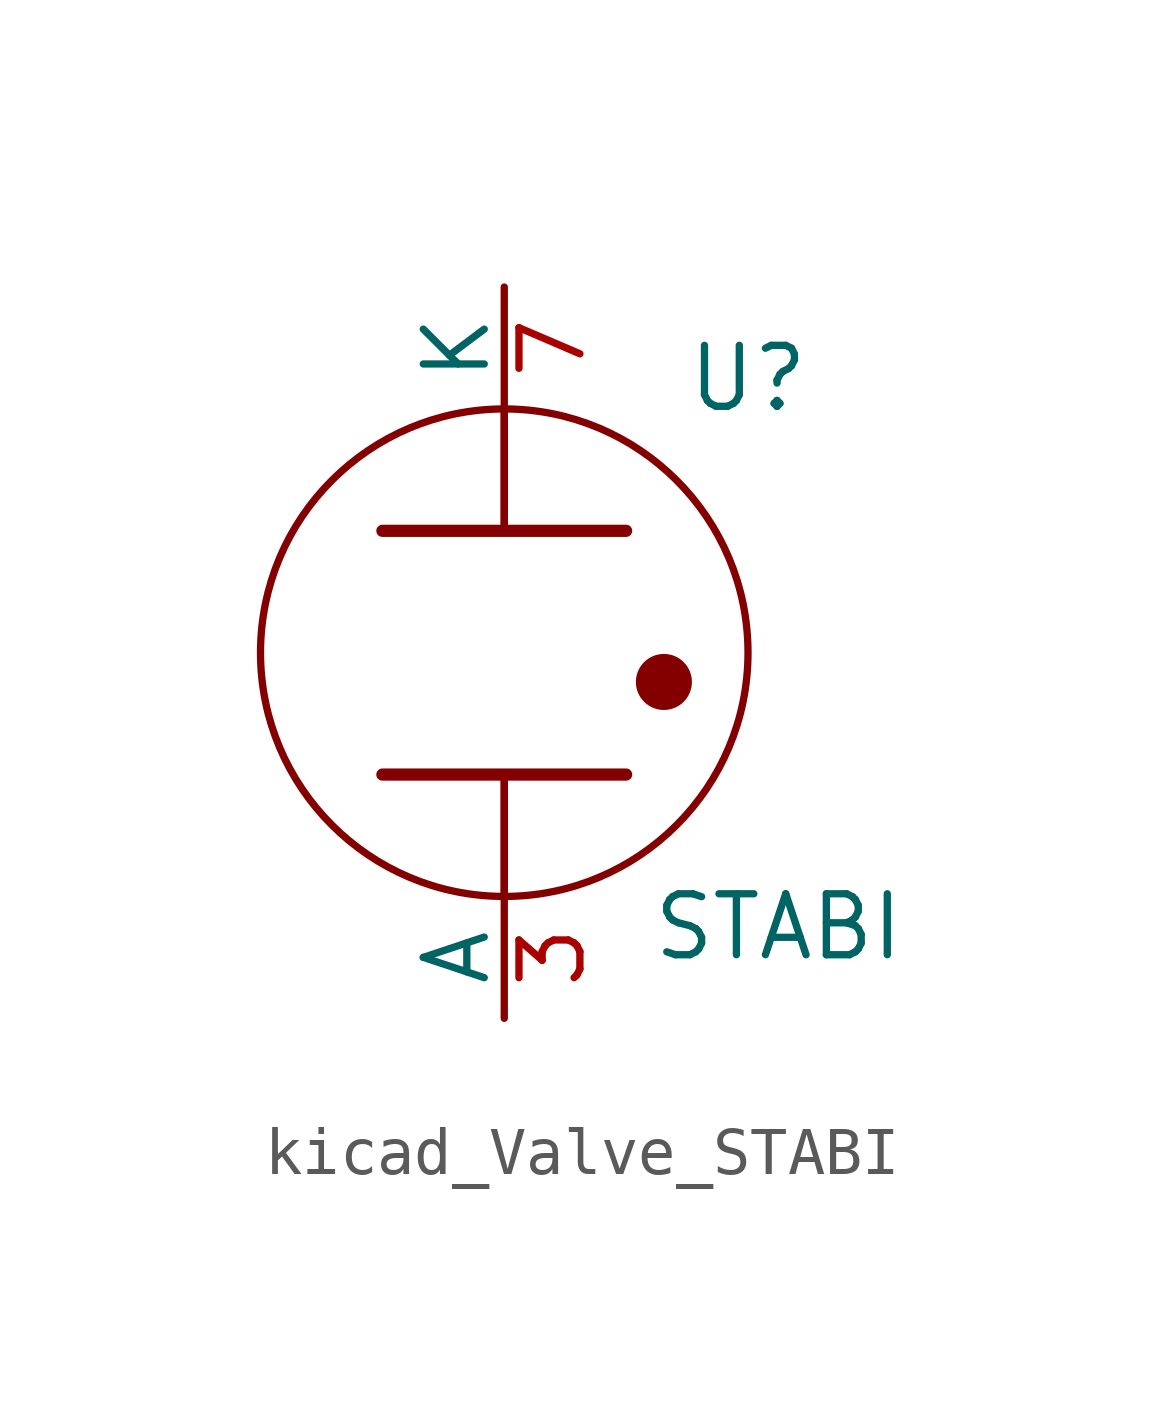
<source format=kicad_sym>
(kicad_symbol_lib
  (version 20220914)
  (generator kicad_symbol_editor)
  (symbol "kicad_Valve_STABI"
    (pin_names
      (offset 0))
    (property "Reference" "U"
      (at 5.08 5.715 0)
      (effects (font (size 1.27 1.27))))
    (property "Value" "STABI"
      (at 5.715 -5.715 0)
      (effects (font (size 1.27 1.27))))
    (symbol "kicad_Valve_STABI_1_0"
      (polyline (pts (xy 0 -2.54) (xy 0 -5.08)) (stroke (width 0) (type default)) (fill (type none)))
      (polyline (pts (xy 0 5.08) (xy 0 2.54)) (stroke (width 0) (type default)) (fill (type none))))
    (symbol "kicad_Valve_STABI_1_1"
      (polyline (pts (xy 0 -2.54) (xy 0 -5.08)) (stroke (width 0.152) (type default)) (fill (type none)))
      (polyline (pts (xy 0 5.08) (xy 0 2.54)) (stroke (width 0.152) (type default)) (fill (type none)))
      (polyline (pts (xy -2.54 -2.54) (xy 2.54 -2.54) (xy 2.54 -2.54)) (stroke (width 0.254) (type default)) (fill (type none)))
      (polyline (pts (xy -2.54 2.54) (xy 2.54 2.54) (xy 2.54 2.54) (xy 2.54 2.54)) (stroke (width 0.254) (type default)) (fill (type none)))
      (circle (center 0 0) (radius 5.08) (stroke (width 0.152) (type default)) (fill (type none)))
      (circle (center 3.327 -0.61) (radius 0.508) (stroke (width 0) (type default)) (fill (type outline)))
      (pin passive line (at 0 -7.62 90) (length 2.54) (name "A" (effects (font (size 1.27 1.27)))) (number "3" (effects (font (size 1.27 1.27)))))
      (pin passive line (at 0 7.62 270) (length 2.54) (name "K" (effects (font (size 1.27 1.27)))) (number "7" (effects (font (size 1.27 1.27))))))))
</source>
